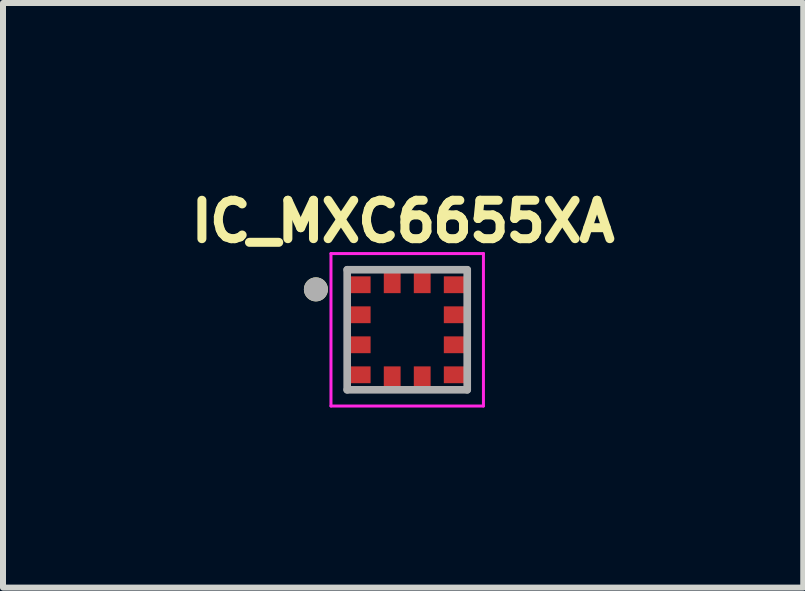
<source format=kicad_pcb>
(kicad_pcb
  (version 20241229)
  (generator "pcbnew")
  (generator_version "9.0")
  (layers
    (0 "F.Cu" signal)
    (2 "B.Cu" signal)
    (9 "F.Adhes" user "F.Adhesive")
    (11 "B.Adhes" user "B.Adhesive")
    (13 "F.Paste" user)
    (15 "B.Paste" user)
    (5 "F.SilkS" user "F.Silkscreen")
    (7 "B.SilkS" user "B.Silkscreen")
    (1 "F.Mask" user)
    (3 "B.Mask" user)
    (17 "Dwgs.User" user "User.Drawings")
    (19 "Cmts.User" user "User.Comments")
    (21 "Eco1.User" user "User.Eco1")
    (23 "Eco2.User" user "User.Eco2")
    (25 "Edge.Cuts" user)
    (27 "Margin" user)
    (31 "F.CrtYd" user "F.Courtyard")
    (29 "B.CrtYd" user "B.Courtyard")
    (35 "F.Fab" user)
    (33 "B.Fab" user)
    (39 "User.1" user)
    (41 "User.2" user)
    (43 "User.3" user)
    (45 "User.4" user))
  (footprint "IC_MXC6655XA"
    (layer "F.Cu")
    (at 3.734 2.444)
    (property "Reference" "IC_MXC6655XA" (at -0.068 -1.806 0) (layer "F.SilkS") (effects (font (size 0.64 0.64) (thickness 0.15))))
    (attr smd)
    (fp_poly (pts (xy -1.07 -0.94) (xy -0.56 -0.94) (xy -0.56 -0.56) (xy -1.07 -0.56)) (stroke (width 0.01) (type solid)) (fill yes) (layer "F.Mask"))
    (fp_poly (pts (xy -1.07 -0.44) (xy -0.56 -0.44) (xy -0.56 -0.06) (xy -1.07 -0.06)) (stroke (width 0.01) (type solid)) (fill yes) (layer "F.Mask"))
    (fp_poly (pts (xy -1.07 0.06) (xy -0.56 0.06) (xy -0.56 0.44) (xy -1.07 0.44)) (stroke (width 0.01) (type solid)) (fill yes) (layer "F.Mask"))
    (fp_poly (pts (xy -1.07 0.56) (xy -0.56 0.56) (xy -0.56 0.94) (xy -1.07 0.94)) (stroke (width 0.01) (type solid)) (fill yes) (layer "F.Mask"))
    (fp_poly (pts (xy -0.44 -1.07) (xy -0.06 -1.07) (xy -0.06 -0.56) (xy -0.44 -0.56)) (stroke (width 0.01) (type solid)) (fill yes) (layer "F.Mask"))
    (fp_poly (pts (xy -0.44 0.56) (xy -0.06 0.56) (xy -0.06 1.07) (xy -0.44 1.07)) (stroke (width 0.01) (type solid)) (fill yes) (layer "F.Mask"))
    (fp_poly (pts (xy 0.06 -1.07) (xy 0.44 -1.07) (xy 0.44 -0.56) (xy 0.06 -0.56)) (stroke (width 0.01) (type solid)) (fill yes) (layer "F.Mask"))
    (fp_poly (pts (xy 0.06 0.56) (xy 0.44 0.56) (xy 0.44 1.07) (xy 0.06 1.07)) (stroke (width 0.01) (type solid)) (fill yes) (layer "F.Mask"))
    (fp_poly (pts (xy 0.56 -0.94) (xy 1.07 -0.94) (xy 1.07 -0.56) (xy 0.56 -0.56)) (stroke (width 0.01) (type solid)) (fill yes) (layer "F.Mask"))
    (fp_poly (pts (xy 0.56 -0.44) (xy 1.07 -0.44) (xy 1.07 -0.06) (xy 0.56 -0.06)) (stroke (width 0.01) (type solid)) (fill yes) (layer "F.Mask"))
    (fp_poly (pts (xy 0.56 0.06) (xy 1.07 0.06) (xy 1.07 0.44) (xy 0.56 0.44)) (stroke (width 0.01) (type solid)) (fill yes) (layer "F.Mask"))
    (fp_poly (pts (xy 0.56 0.56) (xy 1.07 0.56) (xy 1.07 0.94) (xy 0.56 0.94)) (stroke (width 0.01) (type solid)) (fill yes) (layer "F.Mask"))
    (fp_circle (center -1.521 -0.673) (end -1.421 -0.673) (stroke (width 0.2) (type solid)) (fill no) (layer "F.SilkS"))
    (fp_line (start -1.27 -1.27) (end 1.27 -1.27) (stroke (width 0.05) (type solid)) (layer "F.CrtYd"))
    (fp_line (start -1.27 1.27) (end -1.27 -1.27) (stroke (width 0.05) (type solid)) (layer "F.CrtYd"))
    (fp_line (start 1.27 -1.27) (end 1.27 1.27) (stroke (width 0.05) (type solid)) (layer "F.CrtYd"))
    (fp_line (start 1.27 1.27) (end -1.27 1.27) (stroke (width 0.05) (type solid)) (layer "F.CrtYd"))
    (fp_line (start -1 -1) (end 1 -1) (stroke (width 0.127) (type solid)) (layer "F.Fab"))
    (fp_line (start -1 1) (end -1 -1) (stroke (width 0.127) (type solid)) (layer "F.Fab"))
    (fp_line (start 1 -1) (end 1 1) (stroke (width 0.127) (type solid)) (layer "F.Fab"))
    (fp_line (start 1 1) (end -1 1) (stroke (width 0.127) (type solid)) (layer "F.Fab"))
    (fp_circle (center -1.521 -0.673) (end -1.421 -0.673) (stroke (width 0.2) (type solid)) (fill no) (layer "F.Fab"))
    (pad "1" smd rect (at -0.815 -0.75) (size 0.41 0.28) (layers "F.Cu" "F.Paste"))
    (pad "2" smd rect (at -0.815 -0.25) (size 0.41 0.28) (layers "F.Cu" "F.Paste"))
    (pad "3" smd rect (at -0.815 0.25) (size 0.41 0.28) (layers "F.Cu" "F.Paste"))
    (pad "4" smd rect (at -0.815 0.75) (size 0.41 0.28) (layers "F.Cu" "F.Paste"))
    (pad "5" smd rect (at -0.25 0.815) (size 0.28 0.41) (layers "F.Cu" "F.Paste"))
    (pad "6" smd rect (at 0.25 0.815) (size 0.28 0.41) (layers "F.Cu" "F.Paste"))
    (pad "7" smd rect (at 0.815 0.75) (size 0.41 0.28) (layers "F.Cu" "F.Paste"))
    (pad "8" smd rect (at 0.815 0.25) (size 0.41 0.28) (layers "F.Cu" "F.Paste"))
    (pad "9" smd rect (at 0.815 -0.25) (size 0.41 0.28) (layers "F.Cu" "F.Paste"))
    (pad "10" smd rect (at 0.815 -0.75) (size 0.41 0.28) (layers "F.Cu" "F.Paste"))
    (pad "11" smd rect (at 0.25 -0.815) (size 0.28 0.41) (layers "F.Cu" "F.Paste"))
    (pad "12" smd rect (at -0.25 -0.815) (size 0.28 0.41) (layers "F.Cu" "F.Paste")))
  (gr_rect
    (start -3 -3)
    (end 10.332 6.739)
    (stroke (width 0.1) (type default))
    (fill no)
    (layer "Edge.Cuts")))
</source>
